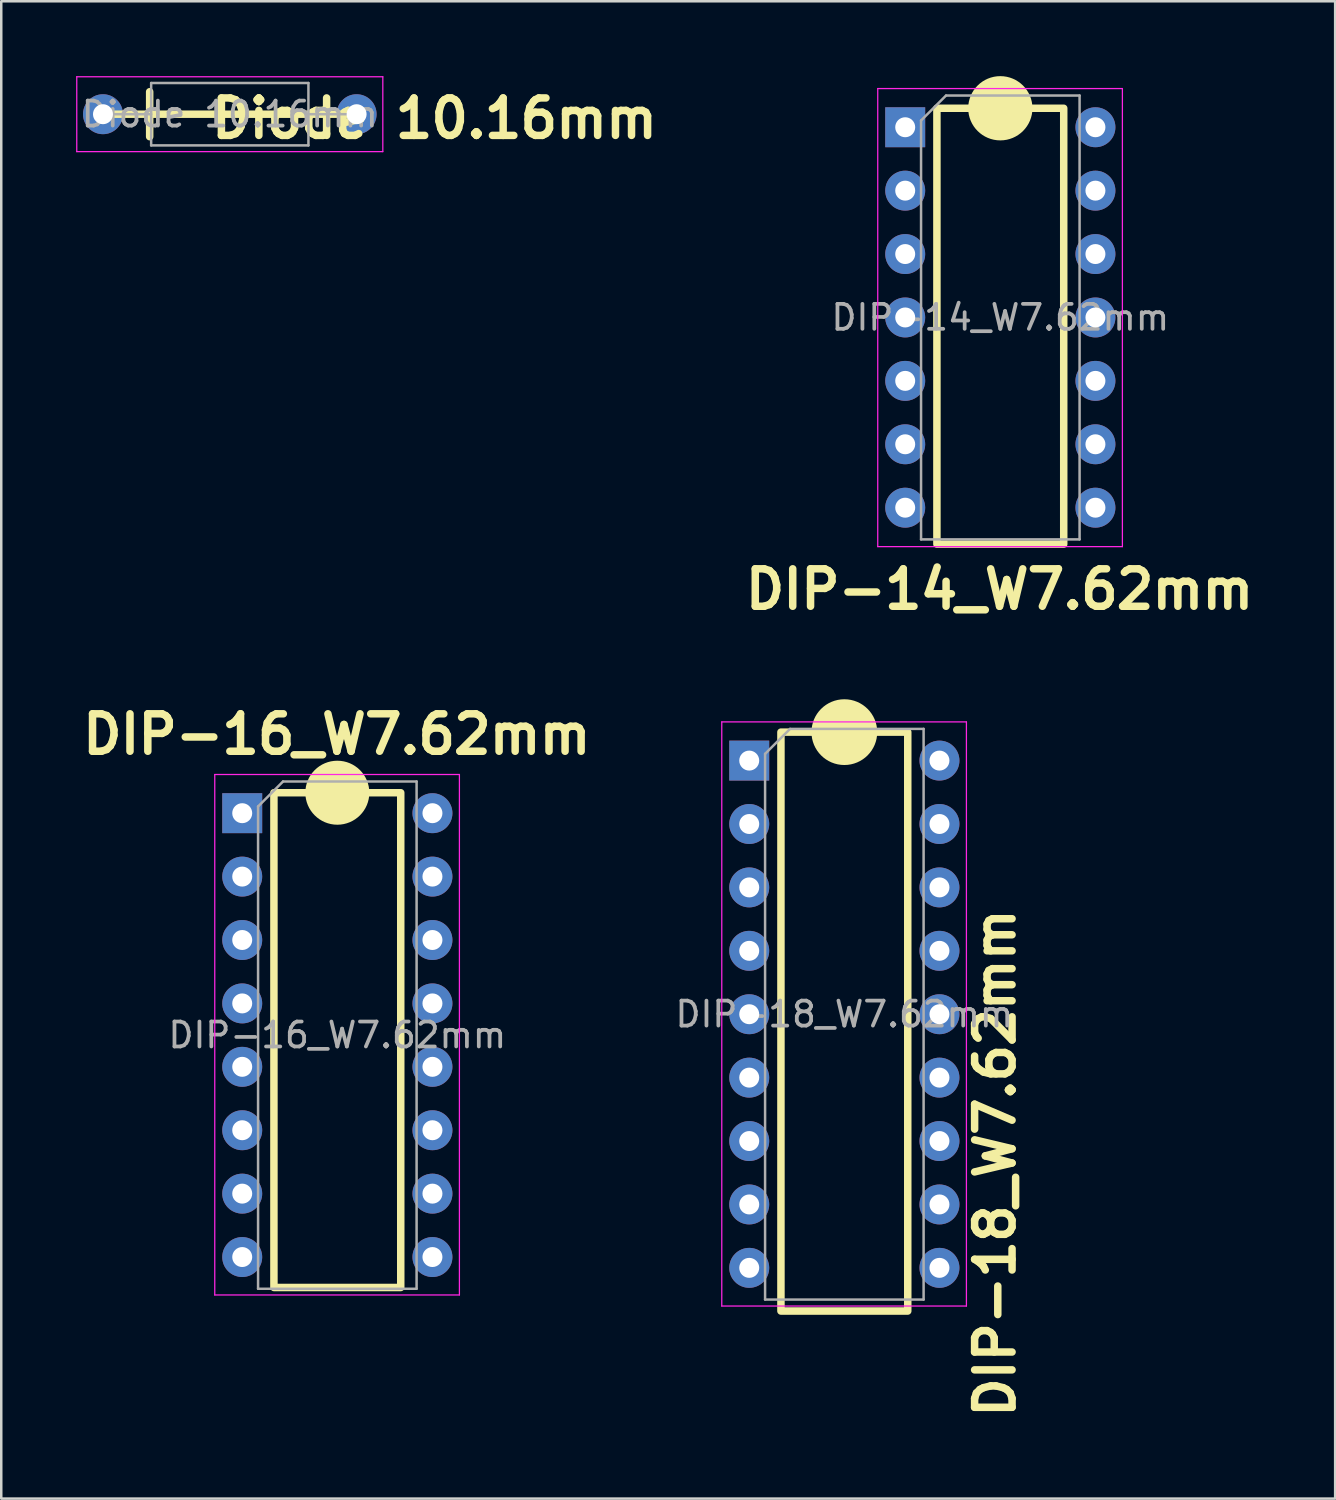
<source format=kicad_pcb>
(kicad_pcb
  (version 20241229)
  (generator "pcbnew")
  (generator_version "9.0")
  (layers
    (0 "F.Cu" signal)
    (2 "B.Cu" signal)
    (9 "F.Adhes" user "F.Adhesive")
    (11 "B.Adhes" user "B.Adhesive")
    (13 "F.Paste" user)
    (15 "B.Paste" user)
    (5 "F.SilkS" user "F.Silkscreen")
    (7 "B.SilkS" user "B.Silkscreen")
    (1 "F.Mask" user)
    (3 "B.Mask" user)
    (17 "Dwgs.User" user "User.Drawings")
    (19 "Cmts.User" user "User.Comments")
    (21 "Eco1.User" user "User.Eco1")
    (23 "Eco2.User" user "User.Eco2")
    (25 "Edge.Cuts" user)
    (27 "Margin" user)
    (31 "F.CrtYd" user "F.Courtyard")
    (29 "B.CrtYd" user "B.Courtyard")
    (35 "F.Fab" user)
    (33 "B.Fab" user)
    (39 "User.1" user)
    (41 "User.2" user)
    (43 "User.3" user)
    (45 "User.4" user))
  (footprint "Diode 10.16mm"
    (layer "F.Cu")
    (at 1.075 1.525)
    (property "Reference" "Diode 10.16mm" (at 13.28 0.17 0) (layer "F.SilkS") (effects (font (size 1.5 1.5) (thickness 0.3) (bold yes))))
    (attr through_hole)
    (fp_line (start 1.87 0) (end 1.87 -0.9) (stroke (width 0.3) (type default)) (layer "F.SilkS"))
    (fp_line (start 1.87 0.9) (end 1.87 0) (stroke (width 0.3) (type default)) (layer "F.SilkS"))
    (fp_line (start 10.16 0) (end 0 0) (stroke (width 0.3) (type default)) (layer "F.SilkS"))
    (fp_line (start -1.05 -1.5) (end -1.05 1.5) (stroke (width 0.05) (type solid)) (layer "F.CrtYd"))
    (fp_line (start -1.05 1.5) (end 11.21 1.5) (stroke (width 0.05) (type solid)) (layer "F.CrtYd"))
    (fp_line (start 11.21 -1.5) (end -1.05 -1.5) (stroke (width 0.05) (type solid)) (layer "F.CrtYd"))
    (fp_line (start 11.21 1.5) (end 11.21 -1.5) (stroke (width 0.05) (type solid)) (layer "F.CrtYd"))
    (fp_line (start 0 0) (end 1.93 0) (stroke (width 0.1) (type solid)) (layer "F.Fab"))
    (fp_line (start 1.93 -1.25) (end 1.93 1.25) (stroke (width 0.1) (type solid)) (layer "F.Fab"))
    (fp_line (start 1.93 1.25) (end 8.23 1.25) (stroke (width 0.1) (type solid)) (layer "F.Fab"))
    (fp_line (start 8.23 -1.25) (end 1.93 -1.25) (stroke (width 0.1) (type solid)) (layer "F.Fab"))
    (fp_line (start 8.23 1.25) (end 8.23 -1.25) (stroke (width 0.1) (type solid)) (layer "F.Fab"))
    (fp_line (start 10.16 0) (end 8.23 0) (stroke (width 0.1) (type solid)) (layer "F.Fab"))
    (fp_text user "${REFERENCE}" (at 5.08 0 0) (layer "F.Fab") (effects (font (size 1 1) (thickness 0.15))))
    (pad "1" thru_hole circle (at 0 0) (size 1.6 1.6) (drill 0.8) (layers "*.Cu" "*.Mask"))
    (pad "2" thru_hole oval (at 10.16 0) (size 1.6 1.6) (drill 0.8) (layers "*.Cu" "*.Mask")))
  (footprint "DIP-18_W7.62mm"
    (layer "F.Cu")
    (at 26.943 27.498)
    (property "Reference" "DIP-18_W7.62mm" (at 9.87 16.04 90) (layer "F.SilkS") (effects (font (size 1.5 1.5) (thickness 0.3) (bold yes))))
    (attr through_hole)
    (fp_rect (start 1.29 -1.22) (end 6.37 21.97) (stroke (width 0.3) (type default)) (fill no) (layer "F.SilkS"))
    (fp_circle (center 3.83 -1.22) (end 4.997 -1.22) (stroke (width 0.3) (type solid)) (fill yes) (layer "F.SilkS"))
    (fp_line (start -1.08 -1.63) (end -1.08 21.77) (stroke (width 0.05) (type solid)) (layer "F.CrtYd"))
    (fp_line (start -1.08 21.77) (end 8.72 21.77) (stroke (width 0.05) (type solid)) (layer "F.CrtYd"))
    (fp_line (start 8.72 -1.63) (end -1.08 -1.63) (stroke (width 0.05) (type solid)) (layer "F.CrtYd"))
    (fp_line (start 8.72 21.77) (end 8.72 -1.63) (stroke (width 0.05) (type solid)) (layer "F.CrtYd"))
    (fp_line (start 0.655 -0.35) (end 1.655 -1.35) (stroke (width 0.1) (type solid)) (layer "F.Fab"))
    (fp_line (start 0.655 21.51) (end 0.655 -0.35) (stroke (width 0.1) (type solid)) (layer "F.Fab"))
    (fp_line (start 1.655 -1.35) (end 7.005 -1.35) (stroke (width 0.1) (type solid)) (layer "F.Fab"))
    (fp_line (start 7.005 -1.35) (end 7.005 21.51) (stroke (width 0.1) (type solid)) (layer "F.Fab"))
    (fp_line (start 7.005 21.51) (end 0.655 21.51) (stroke (width 0.1) (type solid)) (layer "F.Fab"))
    (fp_text user "${REFERENCE}" (at 3.83 10.08 0) (layer "F.Fab") (effects (font (size 1 1) (thickness 0.15))))
    (pad "1" thru_hole rect (at 0.02 -0.08) (size 1.6 1.6) (drill 0.8) (layers "*.Cu" "*.Mask"))
    (pad "2" thru_hole oval (at 0.02 2.46) (size 1.6 1.6) (drill 0.8) (layers "*.Cu" "*.Mask"))
    (pad "3" thru_hole oval (at 0.02 5) (size 1.6 1.6) (drill 0.8) (layers "*.Cu" "*.Mask"))
    (pad "4" thru_hole oval (at 0.02 7.54) (size 1.6 1.6) (drill 0.8) (layers "*.Cu" "*.Mask"))
    (pad "5" thru_hole oval (at 0.02 10.08) (size 1.6 1.6) (drill 0.8) (layers "*.Cu" "*.Mask"))
    (pad "6" thru_hole oval (at 0.02 12.62) (size 1.6 1.6) (drill 0.8) (layers "*.Cu" "*.Mask"))
    (pad "7" thru_hole oval (at 0.02 15.16) (size 1.6 1.6) (drill 0.8) (layers "*.Cu" "*.Mask"))
    (pad "8" thru_hole oval (at 0.02 17.7) (size 1.6 1.6) (drill 0.8) (layers "*.Cu" "*.Mask"))
    (pad "9" thru_hole oval (at 0.02 20.24) (size 1.6 1.6) (drill 0.8) (layers "*.Cu" "*.Mask"))
    (pad "10" thru_hole oval (at 7.64 20.24) (size 1.6 1.6) (drill 0.8) (layers "*.Cu" "*.Mask"))
    (pad "11" thru_hole oval (at 7.64 17.7) (size 1.6 1.6) (drill 0.8) (layers "*.Cu" "*.Mask"))
    (pad "12" thru_hole oval (at 7.64 15.16) (size 1.6 1.6) (drill 0.8) (layers "*.Cu" "*.Mask"))
    (pad "13" thru_hole oval (at 7.64 12.62) (size 1.6 1.6) (drill 0.8) (layers "*.Cu" "*.Mask"))
    (pad "14" thru_hole oval (at 7.64 10.08) (size 1.6 1.6) (drill 0.8) (layers "*.Cu" "*.Mask"))
    (pad "15" thru_hole oval (at 7.64 7.54) (size 1.6 1.6) (drill 0.8) (layers "*.Cu" "*.Mask"))
    (pad "16" thru_hole oval (at 7.64 5) (size 1.6 1.6) (drill 0.8) (layers "*.Cu" "*.Mask"))
    (pad "17" thru_hole oval (at 7.64 2.46) (size 1.6 1.6) (drill 0.8) (layers "*.Cu" "*.Mask"))
    (pad "18" thru_hole oval (at 7.64 -0.08) (size 1.6 1.6) (drill 0.8) (layers "*.Cu" "*.Mask")))
  (footprint "DIP-16_W7.62mm"
    (layer "F.Cu")
    (at 6.653 29.515)
    (property "Reference" "DIP-16_W7.62mm" (at 3.79 -3.15 0) (layer "F.SilkS") (effects (font (size 1.5 1.5) (thickness 0.3) (bold yes))))
    (attr through_hole)
    (fp_rect (start 1.27 -0.81) (end 6.35 19.01) (stroke (width 0.3) (type default)) (fill no) (layer "F.SilkS"))
    (fp_circle (center 3.81 -0.81) (end 4.942 -0.81) (stroke (width 0.3) (type solid)) (fill yes) (layer "F.SilkS"))
    (fp_line (start -1.1 -1.54) (end -1.1 19.31) (stroke (width 0.05) (type solid)) (layer "F.CrtYd"))
    (fp_line (start -1.1 19.31) (end 8.7 19.31) (stroke (width 0.05) (type solid)) (layer "F.CrtYd"))
    (fp_line (start 8.7 -1.54) (end -1.1 -1.54) (stroke (width 0.05) (type solid)) (layer "F.CrtYd"))
    (fp_line (start 8.7 19.31) (end 8.7 -1.54) (stroke (width 0.05) (type solid)) (layer "F.CrtYd"))
    (fp_line (start 0.635 -0.26) (end 1.635 -1.26) (stroke (width 0.1) (type solid)) (layer "F.Fab"))
    (fp_line (start 0.635 19.06) (end 0.635 -0.26) (stroke (width 0.1) (type solid)) (layer "F.Fab"))
    (fp_line (start 1.635 -1.26) (end 6.985 -1.26) (stroke (width 0.1) (type solid)) (layer "F.Fab"))
    (fp_line (start 6.985 -1.26) (end 6.985 19.06) (stroke (width 0.1) (type solid)) (layer "F.Fab"))
    (fp_line (start 6.985 19.06) (end 0.635 19.06) (stroke (width 0.1) (type solid)) (layer "F.Fab"))
    (fp_text user "${REFERENCE}" (at 3.81 8.9 0) (layer "F.Fab") (effects (font (size 1 1) (thickness 0.15))))
    (pad "1" thru_hole rect (at 0 0.01) (size 1.6 1.6) (drill 0.8) (layers "*.Cu" "*.Mask"))
    (pad "2" thru_hole oval (at 0 2.55) (size 1.6 1.6) (drill 0.8) (layers "*.Cu" "*.Mask"))
    (pad "3" thru_hole oval (at 0 5.09) (size 1.6 1.6) (drill 0.8) (layers "*.Cu" "*.Mask"))
    (pad "4" thru_hole oval (at 0 7.63) (size 1.6 1.6) (drill 0.8) (layers "*.Cu" "*.Mask"))
    (pad "5" thru_hole oval (at 0 10.17) (size 1.6 1.6) (drill 0.8) (layers "*.Cu" "*.Mask"))
    (pad "6" thru_hole oval (at 0 12.71) (size 1.6 1.6) (drill 0.8) (layers "*.Cu" "*.Mask"))
    (pad "7" thru_hole oval (at 0 15.25) (size 1.6 1.6) (drill 0.8) (layers "*.Cu" "*.Mask"))
    (pad "8" thru_hole oval (at 0 17.79) (size 1.6 1.6) (drill 0.8) (layers "*.Cu" "*.Mask"))
    (pad "9" thru_hole oval (at 7.62 17.79) (size 1.6 1.6) (drill 0.8) (layers "*.Cu" "*.Mask"))
    (pad "10" thru_hole oval (at 7.62 15.25) (size 1.6 1.6) (drill 0.8) (layers "*.Cu" "*.Mask"))
    (pad "11" thru_hole oval (at 7.62 12.71) (size 1.6 1.6) (drill 0.8) (layers "*.Cu" "*.Mask"))
    (pad "12" thru_hole oval (at 7.62 10.17) (size 1.6 1.6) (drill 0.8) (layers "*.Cu" "*.Mask"))
    (pad "13" thru_hole oval (at 7.62 7.63) (size 1.6 1.6) (drill 0.8) (layers "*.Cu" "*.Mask"))
    (pad "14" thru_hole oval (at 7.62 5.09) (size 1.6 1.6) (drill 0.8) (layers "*.Cu" "*.Mask"))
    (pad "15" thru_hole oval (at 7.62 2.55) (size 1.6 1.6) (drill 0.8) (layers "*.Cu" "*.Mask"))
    (pad "16" thru_hole oval (at 7.62 0.01) (size 1.6 1.6) (drill 0.8) (layers "*.Cu" "*.Mask")))
  (footprint "DIP-14_W7.62mm"
    (layer "F.Cu")
    (at 33.201 2.047)
    (property "Reference" "DIP-14_W7.62mm" (at 3.79 18.51 0) (layer "F.SilkS") (effects (font (size 1.5 1.5) (thickness 0.3) (bold yes))))
    (attr through_hole)
    (fp_rect (start 1.28 -0.76) (end 6.36 16.7) (stroke (width 0.3) (type default)) (fill no) (layer "F.SilkS"))
    (fp_circle (center 3.82 -0.76) (end 4.957 -0.76) (stroke (width 0.3) (type solid)) (fill yes) (layer "F.SilkS"))
    (fp_line (start -1.09 -1.55) (end -1.09 16.8) (stroke (width 0.05) (type solid)) (layer "F.CrtYd"))
    (fp_line (start -1.09 16.8) (end 8.71 16.8) (stroke (width 0.05) (type solid)) (layer "F.CrtYd"))
    (fp_line (start 8.71 -1.55) (end -1.09 -1.55) (stroke (width 0.05) (type solid)) (layer "F.CrtYd"))
    (fp_line (start 8.71 16.8) (end 8.71 -1.55) (stroke (width 0.05) (type solid)) (layer "F.CrtYd"))
    (fp_line (start 0.645 -0.27) (end 1.645 -1.27) (stroke (width 0.1) (type solid)) (layer "F.Fab"))
    (fp_line (start 0.645 16.51) (end 0.645 -0.27) (stroke (width 0.1) (type solid)) (layer "F.Fab"))
    (fp_line (start 1.645 -1.27) (end 6.995 -1.27) (stroke (width 0.1) (type solid)) (layer "F.Fab"))
    (fp_line (start 6.995 -1.27) (end 6.995 16.51) (stroke (width 0.1) (type solid)) (layer "F.Fab"))
    (fp_line (start 6.995 16.51) (end 0.645 16.51) (stroke (width 0.1) (type solid)) (layer "F.Fab"))
    (fp_text user "${REFERENCE}" (at 3.82 7.62 0) (layer "F.Fab") (effects (font (size 1 1) (thickness 0.15))))
    (pad "1" thru_hole rect (at 0.01 0) (size 1.6 1.6) (drill 0.8) (layers "*.Cu" "*.Mask"))
    (pad "2" thru_hole oval (at 0.01 2.54) (size 1.6 1.6) (drill 0.8) (layers "*.Cu" "*.Mask"))
    (pad "3" thru_hole oval (at 0.01 5.08) (size 1.6 1.6) (drill 0.8) (layers "*.Cu" "*.Mask"))
    (pad "4" thru_hole oval (at 0.01 7.62) (size 1.6 1.6) (drill 0.8) (layers "*.Cu" "*.Mask"))
    (pad "5" thru_hole oval (at 0.01 10.16) (size 1.6 1.6) (drill 0.8) (layers "*.Cu" "*.Mask"))
    (pad "6" thru_hole oval (at 0.01 12.7) (size 1.6 1.6) (drill 0.8) (layers "*.Cu" "*.Mask"))
    (pad "7" thru_hole oval (at 0.01 15.24) (size 1.6 1.6) (drill 0.8) (layers "*.Cu" "*.Mask"))
    (pad "8" thru_hole oval (at 7.63 15.24) (size 1.6 1.6) (drill 0.8) (layers "*.Cu" "*.Mask"))
    (pad "9" thru_hole oval (at 7.63 12.7) (size 1.6 1.6) (drill 0.8) (layers "*.Cu" "*.Mask"))
    (pad "10" thru_hole oval (at 7.63 10.16) (size 1.6 1.6) (drill 0.8) (layers "*.Cu" "*.Mask"))
    (pad "11" thru_hole oval (at 7.63 7.62) (size 1.6 1.6) (drill 0.8) (layers "*.Cu" "*.Mask"))
    (pad "12" thru_hole oval (at 7.63 5.08) (size 1.6 1.6) (drill 0.8) (layers "*.Cu" "*.Mask"))
    (pad "13" thru_hole oval (at 7.63 2.54) (size 1.6 1.6) (drill 0.8) (layers "*.Cu" "*.Mask"))
    (pad "14" thru_hole oval (at 7.63 0) (size 1.6 1.6) (drill 0.8) (layers "*.Cu" "*.Mask")))
  (gr_rect
    (start -3 -3)
    (end 50.434 56.981)
    (stroke (width 0.1) (type default))
    (fill no)
    (layer "Edge.Cuts")))
</source>
